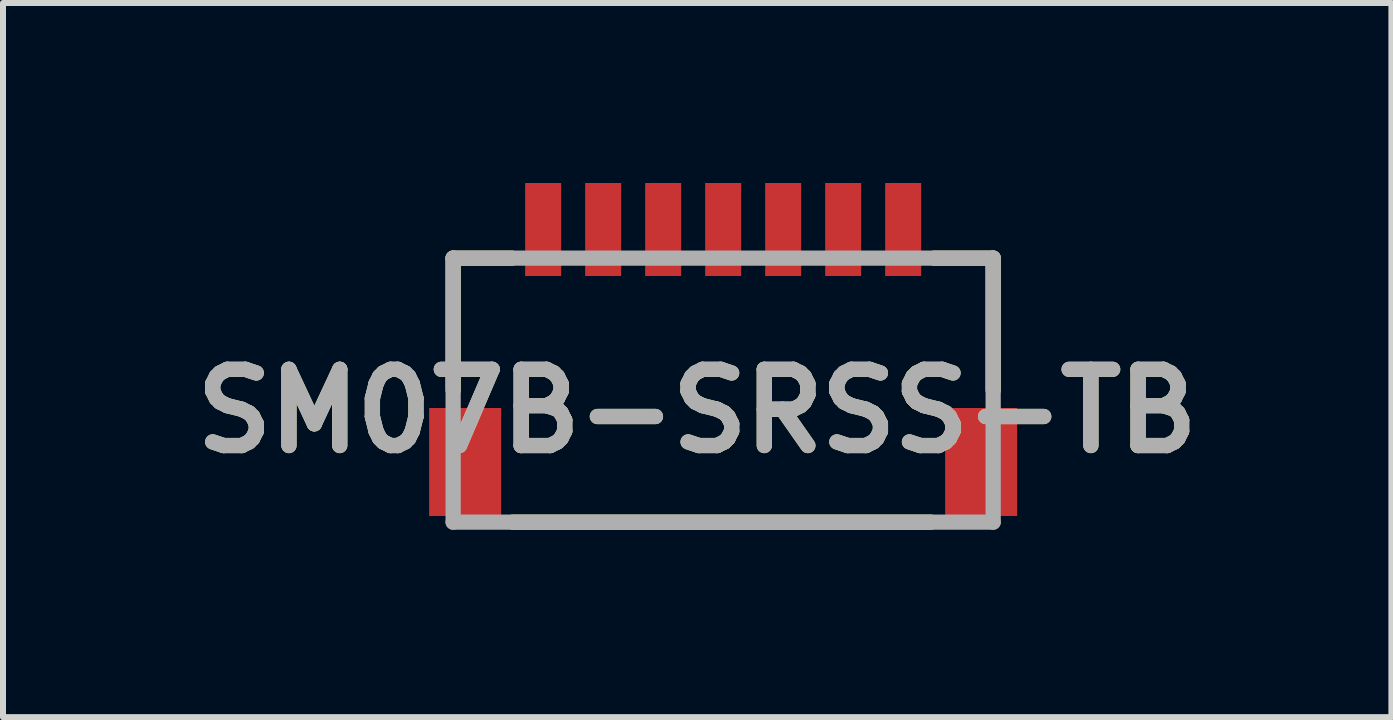
<source format=kicad_pcb>
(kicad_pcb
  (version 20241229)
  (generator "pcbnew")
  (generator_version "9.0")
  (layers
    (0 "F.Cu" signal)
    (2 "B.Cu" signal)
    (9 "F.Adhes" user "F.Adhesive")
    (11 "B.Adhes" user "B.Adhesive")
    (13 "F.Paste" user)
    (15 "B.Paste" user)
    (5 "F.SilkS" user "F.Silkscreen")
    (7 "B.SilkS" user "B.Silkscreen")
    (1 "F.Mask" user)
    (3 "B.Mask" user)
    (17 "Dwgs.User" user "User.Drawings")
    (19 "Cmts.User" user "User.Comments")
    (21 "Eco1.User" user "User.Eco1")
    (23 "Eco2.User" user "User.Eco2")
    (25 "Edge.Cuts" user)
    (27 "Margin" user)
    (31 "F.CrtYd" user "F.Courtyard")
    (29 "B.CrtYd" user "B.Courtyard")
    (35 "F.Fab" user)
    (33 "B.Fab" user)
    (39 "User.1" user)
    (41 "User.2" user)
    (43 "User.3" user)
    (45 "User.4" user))
  (footprint "SM07B-SRSS-TB"
    (layer "F.Cu")
    (at 4.502 5.652)
    (property "Reference" "SM07B-SRSS-TB" (at 4.067 -1.851 0) (layer "F.SilkS") (effects (font (size 1.27 1.27) (thickness 0.254))))
    (attr smd)
    (fp_line (start 0 -4.4) (end 0 -2.2) (stroke (width 0.254) (type solid)) (layer "F.SilkS"))
    (fp_line (start 0 -4.4) (end 0.98 -4.4) (stroke (width 0.254) (type solid)) (layer "F.SilkS"))
    (fp_line (start 0.994 0) (end 7.961 0) (stroke (width 0.254) (type solid)) (layer "F.SilkS"))
    (fp_line (start 9 -4.4) (end 8.018 -4.4) (stroke (width 0.254) (type solid)) (layer "F.SilkS"))
    (fp_line (start 9 -4.4) (end 9 -2.2) (stroke (width 0.254) (type solid)) (layer "F.SilkS"))
    (fp_line (start 0 -4.4) (end 9 -4.4) (stroke (width 0.254) (type solid)) (layer "F.Fab"))
    (fp_line (start 0 0) (end 0 -4.4) (stroke (width 0.254) (type solid)) (layer "F.Fab"))
    (fp_line (start 9 -4.4) (end 9 0) (stroke (width 0.254) (type solid)) (layer "F.Fab"))
    (fp_line (start 9 0) (end 0 0) (stroke (width 0.254) (type solid)) (layer "F.Fab"))
    (fp_text user "${REFERENCE}" (at 4.067 -1.851 0) (layer "F.Fab") (effects (font (size 1.27 1.27) (thickness 0.254))))
    (pad "1" smd rect (at 1.5 -4.877) (size 0.6 1.55) (layers "F.Cu" "F.Mask" "F.Paste"))
    (pad "2" smd rect (at 2.5 -4.877) (size 0.6 1.55) (layers "F.Cu" "F.Mask" "F.Paste"))
    (pad "3" smd rect (at 3.5 -4.877) (size 0.6 1.55) (layers "F.Cu" "F.Mask" "F.Paste"))
    (pad "4" smd rect (at 4.5 -4.877) (size 0.6 1.55) (layers "F.Cu" "F.Mask" "F.Paste"))
    (pad "5" smd rect (at 5.5 -4.877) (size 0.6 1.55) (layers "F.Cu" "F.Mask" "F.Paste"))
    (pad "6" smd rect (at 6.5 -4.877) (size 0.6 1.55) (layers "F.Cu" "F.Mask" "F.Paste"))
    (pad "7" smd rect (at 7.5 -4.877) (size 0.6 1.55) (layers "F.Cu" "F.Mask" "F.Paste"))
    (pad "8" smd rect (at 0.2 -1.002) (size 1.2 1.8) (layers "F.Cu" "F.Mask" "F.Paste"))
    (pad "9" smd rect (at 8.8 -1.002) (size 1.2 1.8) (layers "F.Cu" "F.Mask" "F.Paste")))
  (gr_rect
    (start -3 -3)
    (end 20.139 8.902)
    (stroke (width 0.1) (type default))
    (fill no)
    (layer "Edge.Cuts")))
</source>
